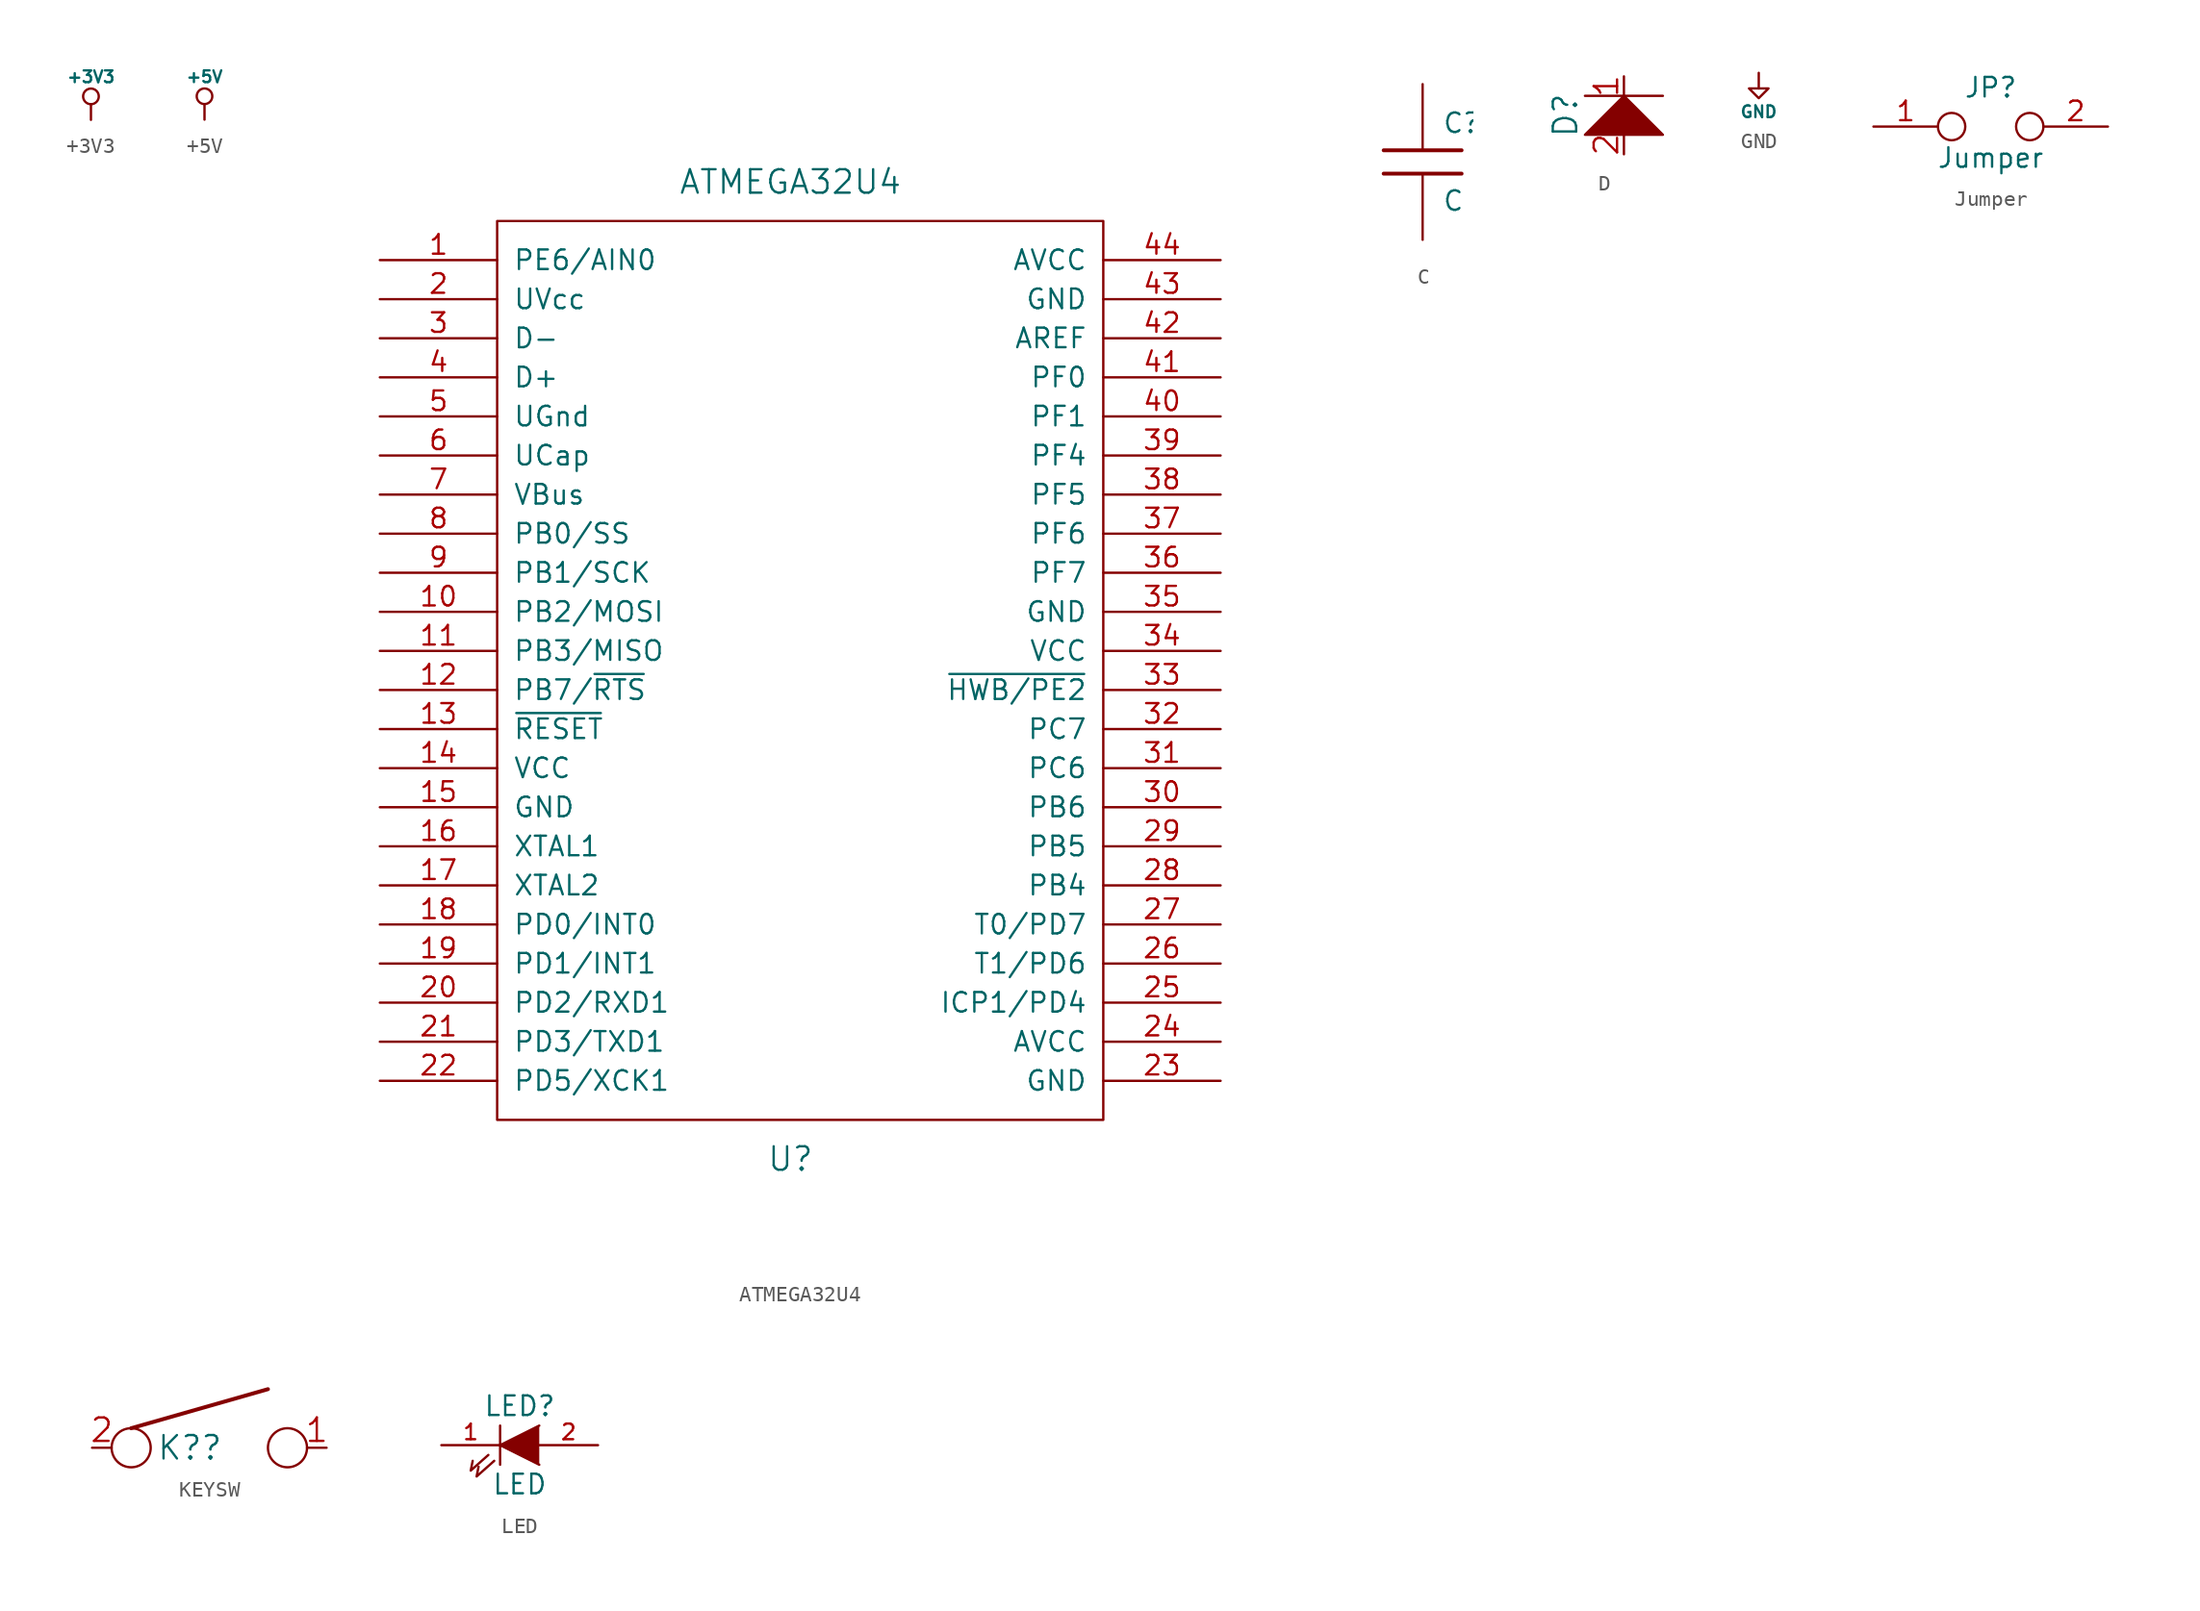
<source format=kicad_sym>
(kicad_symbol_lib
  (version 20220914)
  (generator kicad_symbol_editor)
  (symbol "+3V3"
    (power)
    (pin_names
      (offset 0))
    (property "Reference" "#PWR"
      (at 0 -0.762 0)
      (effects (font (size 0.508 0.508)) hide))
    (property "Value" "+3V3"
      (at 0 2.794 0)
      (effects (font (size 0.762 0.762))))
    (property "Footprint" ""
      (at 0 0 0)
      (effects (font (size 1.524 1.524))))
    (property "Datasheet" ""
      (at 0 0 0)
      (effects (font (size 1.524 1.524))))
    (symbol "+3V3_0_0"
      (pin power_in line (at 0 0 90) (length 0) hide (name "+5V" (effects (font (size 0.508 0.508)))) (number "1" (effects (font (size 0.254 0.254))))))
    (symbol "+3V3_0_1"
      (polyline (pts (xy 0 0) (xy 0 1.016) (xy 0 1.016)) (stroke (width 0) (type solid)) (fill (type none)))
      (circle (center 0 1.524) (radius 0.508) (stroke (width 0) (type solid)) (fill (type none)))))
  (symbol "+5V"
    (power)
    (pin_names
      (offset 0))
    (property "Reference" "#PWR"
      (at 0 -0.762 0)
      (effects (font (size 0.508 0.508)) hide))
    (property "Value" "+5V"
      (at 0 2.794 0)
      (effects (font (size 0.762 0.762))))
    (property "Footprint" ""
      (at 0 0 0)
      (effects (font (size 1.524 1.524))))
    (property "Datasheet" ""
      (at 0 0 0)
      (effects (font (size 1.524 1.524))))
    (symbol "+5V_0_0"
      (pin power_in line (at 0 0 90) (length 0) hide (name "+5V" (effects (font (size 0.508 0.508)))) (number "1" (effects (font (size 0.254 0.254))))))
    (symbol "+5V_0_1"
      (polyline (pts (xy 0 0) (xy 0 1.016) (xy 0 1.016)) (stroke (width 0) (type solid)) (fill (type none)))
      (circle (center 0 1.524) (radius 0.508) (stroke (width 0) (type solid)) (fill (type none)))))
  (symbol "ATMEGA32U4"
    (pin_names
      (offset 1.016))
    (property "Reference" "U"
      (at 0 -31.75 0)
      (effects (font (size 1.524 1.524))))
    (property "Value" "ATMEGA32U4"
      (at 0 31.75 0)
      (effects (font (size 1.524 1.524))))
    (property "Footprint" ""
      (at 0 0 0)
      (effects (font (size 1.524 1.524))))
    (property "Datasheet" ""
      (at 0 0 0)
      (effects (font (size 1.524 1.524))))
    (symbol "ATMEGA32U4_0_1"
      (rectangle (start 20.32 29.21) (end -19.05 -29.21) (stroke (width 0) (type solid)) (fill (type none))))
    (symbol "ATMEGA32U4_1_1"
      (pin bidirectional line (at -26.67 26.67 0) (length 7.62) (name "PE6/AIN0" (effects (font (size 1.27 1.27)))) (number "1" (effects (font (size 1.27 1.27)))))
      (pin bidirectional line (at -26.67 3.81 0) (length 7.62) (name "PB2/MOSI" (effects (font (size 1.27 1.27)))) (number "10" (effects (font (size 1.27 1.27)))))
      (pin bidirectional line (at -26.67 1.27 0) (length 7.62) (name "PB3/MISO" (effects (font (size 1.27 1.27)))) (number "11" (effects (font (size 1.27 1.27)))))
      (pin bidirectional line (at -26.67 -1.27 0) (length 7.62) (name "PB7/~{RTS}" (effects (font (size 1.27 1.27)))) (number "12" (effects (font (size 1.27 1.27)))))
      (pin input line (at -26.67 -3.81 0) (length 7.62) (name "~{RESET}" (effects (font (size 1.27 1.27)))) (number "13" (effects (font (size 1.27 1.27)))))
      (pin power_in line (at -26.67 -6.35 0) (length 7.62) (name "VCC" (effects (font (size 1.27 1.27)))) (number "14" (effects (font (size 1.27 1.27)))))
      (pin power_in line (at -26.67 -8.89 0) (length 7.62) (name "GND" (effects (font (size 1.27 1.27)))) (number "15" (effects (font (size 1.27 1.27)))))
      (pin input line (at -26.67 -11.43 0) (length 7.62) (name "XTAL1" (effects (font (size 1.27 1.27)))) (number "16" (effects (font (size 1.27 1.27)))))
      (pin output line (at -26.67 -13.97 0) (length 7.62) (name "XTAL2" (effects (font (size 1.27 1.27)))) (number "17" (effects (font (size 1.27 1.27)))))
      (pin bidirectional line (at -26.67 -16.51 0) (length 7.62) (name "PD0/INT0" (effects (font (size 1.27 1.27)))) (number "18" (effects (font (size 1.27 1.27)))))
      (pin bidirectional line (at -26.67 -19.05 0) (length 7.62) (name "PD1/INT1" (effects (font (size 1.27 1.27)))) (number "19" (effects (font (size 1.27 1.27)))))
      (pin power_in line (at -26.67 24.13 0) (length 7.62) (name "UVcc" (effects (font (size 1.27 1.27)))) (number "2" (effects (font (size 1.27 1.27)))))
      (pin bidirectional line (at -26.67 -21.59 0) (length 7.62) (name "PD2/RXD1" (effects (font (size 1.27 1.27)))) (number "20" (effects (font (size 1.27 1.27)))))
      (pin bidirectional line (at -26.67 -24.13 0) (length 7.62) (name "PD3/TXD1" (effects (font (size 1.27 1.27)))) (number "21" (effects (font (size 1.27 1.27)))))
      (pin bidirectional line (at -26.67 -26.67 0) (length 7.62) (name "PD5/XCK1" (effects (font (size 1.27 1.27)))) (number "22" (effects (font (size 1.27 1.27)))))
      (pin power_in line (at 27.94 -26.67 180) (length 7.62) (name "GND" (effects (font (size 1.27 1.27)))) (number "23" (effects (font (size 1.27 1.27)))))
      (pin power_in line (at 27.94 -24.13 180) (length 7.62) (name "AVCC" (effects (font (size 1.27 1.27)))) (number "24" (effects (font (size 1.27 1.27)))))
      (pin bidirectional line (at 27.94 -21.59 180) (length 7.62) (name "ICP1/PD4" (effects (font (size 1.27 1.27)))) (number "25" (effects (font (size 1.27 1.27)))))
      (pin bidirectional line (at 27.94 -19.05 180) (length 7.62) (name "T1/PD6" (effects (font (size 1.27 1.27)))) (number "26" (effects (font (size 1.27 1.27)))))
      (pin bidirectional line (at 27.94 -16.51 180) (length 7.62) (name "T0/PD7" (effects (font (size 1.27 1.27)))) (number "27" (effects (font (size 1.27 1.27)))))
      (pin bidirectional line (at 27.94 -13.97 180) (length 7.62) (name "PB4" (effects (font (size 1.27 1.27)))) (number "28" (effects (font (size 1.27 1.27)))))
      (pin bidirectional line (at 27.94 -11.43 180) (length 7.62) (name "PB5" (effects (font (size 1.27 1.27)))) (number "29" (effects (font (size 1.27 1.27)))))
      (pin bidirectional line (at -26.67 21.59 0) (length 7.62) (name "D-" (effects (font (size 1.27 1.27)))) (number "3" (effects (font (size 1.27 1.27)))))
      (pin bidirectional line (at 27.94 -8.89 180) (length 7.62) (name "PB6" (effects (font (size 1.27 1.27)))) (number "30" (effects (font (size 1.27 1.27)))))
      (pin bidirectional line (at 27.94 -6.35 180) (length 7.62) (name "PC6" (effects (font (size 1.27 1.27)))) (number "31" (effects (font (size 1.27 1.27)))))
      (pin bidirectional line (at 27.94 -3.81 180) (length 7.62) (name "PC7" (effects (font (size 1.27 1.27)))) (number "32" (effects (font (size 1.27 1.27)))))
      (pin bidirectional line (at 27.94 -1.27 180) (length 7.62) (name "~{HWB/PE2}" (effects (font (size 1.27 1.27)))) (number "33" (effects (font (size 1.27 1.27)))))
      (pin power_in line (at 27.94 1.27 180) (length 7.62) (name "VCC" (effects (font (size 1.27 1.27)))) (number "34" (effects (font (size 1.27 1.27)))))
      (pin power_in line (at 27.94 3.81 180) (length 7.62) (name "GND" (effects (font (size 1.27 1.27)))) (number "35" (effects (font (size 1.27 1.27)))))
      (pin bidirectional line (at 27.94 6.35 180) (length 7.62) (name "PF7" (effects (font (size 1.27 1.27)))) (number "36" (effects (font (size 1.27 1.27)))))
      (pin bidirectional line (at 27.94 8.89 180) (length 7.62) (name "PF6" (effects (font (size 1.27 1.27)))) (number "37" (effects (font (size 1.27 1.27)))))
      (pin bidirectional line (at 27.94 11.43 180) (length 7.62) (name "PF5" (effects (font (size 1.27 1.27)))) (number "38" (effects (font (size 1.27 1.27)))))
      (pin bidirectional line (at 27.94 13.97 180) (length 7.62) (name "PF4" (effects (font (size 1.27 1.27)))) (number "39" (effects (font (size 1.27 1.27)))))
      (pin bidirectional line (at -26.67 19.05 0) (length 7.62) (name "D+" (effects (font (size 1.27 1.27)))) (number "4" (effects (font (size 1.27 1.27)))))
      (pin bidirectional line (at 27.94 16.51 180) (length 7.62) (name "PF1" (effects (font (size 1.27 1.27)))) (number "40" (effects (font (size 1.27 1.27)))))
      (pin bidirectional line (at 27.94 19.05 180) (length 7.62) (name "PF0" (effects (font (size 1.27 1.27)))) (number "41" (effects (font (size 1.27 1.27)))))
      (pin input line (at 27.94 21.59 180) (length 7.62) (name "AREF" (effects (font (size 1.27 1.27)))) (number "42" (effects (font (size 1.27 1.27)))))
      (pin power_in line (at 27.94 24.13 180) (length 7.62) (name "GND" (effects (font (size 1.27 1.27)))) (number "43" (effects (font (size 1.27 1.27)))))
      (pin power_in line (at 27.94 26.67 180) (length 7.62) (name "AVCC" (effects (font (size 1.27 1.27)))) (number "44" (effects (font (size 1.27 1.27)))))
      (pin power_in line (at -26.67 16.51 0) (length 7.62) (name "UGnd" (effects (font (size 1.27 1.27)))) (number "5" (effects (font (size 1.27 1.27)))))
      (pin input line (at -26.67 13.97 0) (length 7.62) (name "UCap" (effects (font (size 1.27 1.27)))) (number "6" (effects (font (size 1.27 1.27)))))
      (pin input line (at -26.67 11.43 0) (length 7.62) (name "VBus" (effects (font (size 1.27 1.27)))) (number "7" (effects (font (size 1.27 1.27)))))
      (pin bidirectional line (at -26.67 8.89 0) (length 7.62) (name "PB0/SS" (effects (font (size 1.27 1.27)))) (number "8" (effects (font (size 1.27 1.27)))))
      (pin bidirectional line (at -26.67 6.35 0) (length 7.62) (name "PB1/SCK" (effects (font (size 1.27 1.27)))) (number "9" (effects (font (size 1.27 1.27)))))))
  (symbol "C"
    (pin_numbers hide)
    (pin_names
      (offset 0.254))
    (property "Reference" "C"
      (at 1.27 2.54 0)
      (effects (font (size 1.27 1.27)) (justify left)))
    (property "Value" "C"
      (at 1.27 -2.54 0)
      (effects (font (size 1.27 1.27)) (justify left)))
    (property "Footprint" ""
      (at 0 0 0)
      (effects (font (size 1.524 1.524))))
    (property "Datasheet" ""
      (at 0 0 0)
      (effects (font (size 1.524 1.524))))
    (symbol "C_0_1"
      (polyline (pts (xy -2.54 -0.762) (xy 2.54 -0.762)) (stroke (width 0.254) (type solid)) (fill (type none)))
      (polyline (pts (xy -2.54 0.762) (xy 2.54 0.762)) (stroke (width 0.254) (type solid)) (fill (type none))))
    (symbol "C_1_1"
      (pin passive line (at 0 5.08 270) (length 4.318) (name "~" (effects (font (size 1.016 1.016)))) (number "1" (effects (font (size 1.016 1.016)))))
      (pin passive line (at 0 -5.08 90) (length 4.318) (name "~" (effects (font (size 1.016 1.016)))) (number "2" (effects (font (size 1.016 1.016)))))))
  (symbol "D"
    (pin_names
      (offset 1.016))
    (property "Reference" "D"
      (at -3.81 -1.27 90)
      (effects (font (size 1.524 1.524))))
    (property "Footprint" ""
      (at 0 0 0)
      (effects (font (size 1.524 1.524))))
    (property "Datasheet" ""
      (at 0 0 0)
      (effects (font (size 1.524 1.524))))
    (symbol "D_0_1"
      (polyline (pts (xy -2.54 0) (xy 2.54 0)) (stroke (width 0) (type solid)) (fill (type none)))
      (polyline (pts (xy 0 0) (xy -2.54 -2.54) (xy 2.54 -2.54) (xy 0 0)) (stroke (width 0) (type solid)) (fill (type outline))))
    (symbol "D_1_1"
      (pin passive line (at 0 1.27 270) (length 1.27) (name "~" (effects (font (size 1.524 1.524)))) (number "1" (effects (font (size 1.524 1.524)))))
      (pin passive line (at 0 -3.81 90) (length 1.27) (name "~" (effects (font (size 1.524 1.524)))) (number "2" (effects (font (size 1.524 1.524)))))))
  (symbol "GND"
    (power)
    (pin_names
      (offset 0))
    (property "Reference" "#PWR"
      (at 0 1.27 0)
      (effects (font (size 0.508 0.508)) hide))
    (property "Value" "GND"
      (at 0 -2.54 0)
      (effects (font (size 0.762 0.762))))
    (property "Footprint" ""
      (at 0 0 0)
      (effects (font (size 1.524 1.524))))
    (property "Datasheet" ""
      (at 0 0 0)
      (effects (font (size 1.524 1.524))))
    (symbol "GND_0_0"
      (pin power_in line (at 0 0 90) (length 0) hide (name "+5V" (effects (font (size 0.508 0.508)))) (number "1" (effects (font (size 0.254 0.254))))))
    (symbol "GND_0_1"
      (polyline (pts (xy 0 -1.651) (xy 0.635 -1.016) (xy -0.635 -1.016) (xy 0 -1.651)) (stroke (width 0) (type solid)) (fill (type none))))
    (symbol "GND_1_1"
      (polyline (pts (xy 0 0) (xy 0 -1.016) (xy 0 -1.016)) (stroke (width 0) (type solid)) (fill (type none)))))
  (symbol "Jumper"
    (pin_names
      (offset 0.762) hide)
    (property "Reference" "JP"
      (at 0 2.54 0)
      (effects (font (size 1.27 1.27))))
    (property "Value" "Jumper"
      (at 0 -2.032 0)
      (effects (font (size 1.27 1.27))))
    (symbol "Jumper_0_1"
      (circle (center -2.54 0) (radius 0.889) (stroke (width 0) (type solid)) (fill (type none)))
      (circle (center 2.54 0) (radius 0.889) (stroke (width 0) (type solid)) (fill (type none)))
      (pin passive line (at -7.62 0 0) (length 4.191) (name "1" (effects (font (size 1.27 1.27)))) (number "1" (effects (font (size 1.27 1.27)))))
      (pin passive line (at 7.62 0 180) (length 4.191) (name "2" (effects (font (size 1.27 1.27)))) (number "2" (effects (font (size 1.27 1.27)))))))
  (symbol "KEYSW"
    (pin_names
      (offset 1.016))
    (property "Reference" "K?"
      (at -1.27 0 0)
      (effects (font (size 1.524 1.524))))
    (property "Footprint" ""
      (at 0 0 0)
      (effects (font (size 1.524 1.524))))
    (property "Datasheet" ""
      (at 0 0 0)
      (effects (font (size 1.524 1.524))))
    (symbol "KEYSW_0_1"
      (circle (center -5.08 0) (radius 1.27) (stroke (width 0) (type solid)) (fill (type none)))
      (polyline (pts (xy -5.08 1.27) (xy 3.81 3.81)) (stroke (width 0.254) (type solid)) (fill (type none)))
      (circle (center 5.08 0) (radius 1.27) (stroke (width 0) (type solid)) (fill (type none))))
    (symbol "KEYSW_1_1"
      (pin passive line (at 7.62 0 180) (length 1.27) (name "~" (effects (font (size 1.524 1.524)))) (number "1" (effects (font (size 1.524 1.524)))))
      (pin passive line (at -7.62 0 0) (length 1.27) (name "~" (effects (font (size 1.524 1.524)))) (number "2" (effects (font (size 1.524 1.524)))))))
  (symbol "LED"
    (pin_names
      (offset 1.016) hide)
    (property "Reference" "LED"
      (at 0 2.54 0)
      (effects (font (size 1.27 1.27))))
    (property "Value" "LED"
      (at 0 -2.54 0)
      (effects (font (size 1.27 1.27))))
    (property "Footprint" ""
      (at 0 0 0)
      (effects (font (size 1.524 1.524))))
    (property "Datasheet" ""
      (at 0 0 0)
      (effects (font (size 1.524 1.524))))
    (symbol "LED_0_1"
      (polyline (pts (xy -1.27 1.27) (xy -1.27 -1.27)) (stroke (width 0) (type solid)) (fill (type none)))
      (polyline (pts (xy -2.032 -0.635) (xy -3.175 -1.651) (xy -3.048 -1.016)) (stroke (width 0) (type solid)) (fill (type none)))
      (polyline (pts (xy -1.651 -1.016) (xy -2.794 -2.032) (xy -2.667 -1.397)) (stroke (width 0) (type solid)) (fill (type none)))
      (polyline (pts (xy 1.27 1.27) (xy -1.27 0) (xy 1.27 -1.27)) (stroke (width 0) (type solid)) (fill (type outline))))
    (symbol "LED_1_1"
      (pin passive line (at -5.08 0 0) (length 3.81) (name "K" (effects (font (size 1.016 1.016)))) (number "1" (effects (font (size 1.016 1.016)))))
      (pin passive line (at 5.08 0 180) (length 3.81) (name "A" (effects (font (size 1.016 1.016)))) (number "2" (effects (font (size 1.016 1.016))))))))
</source>
